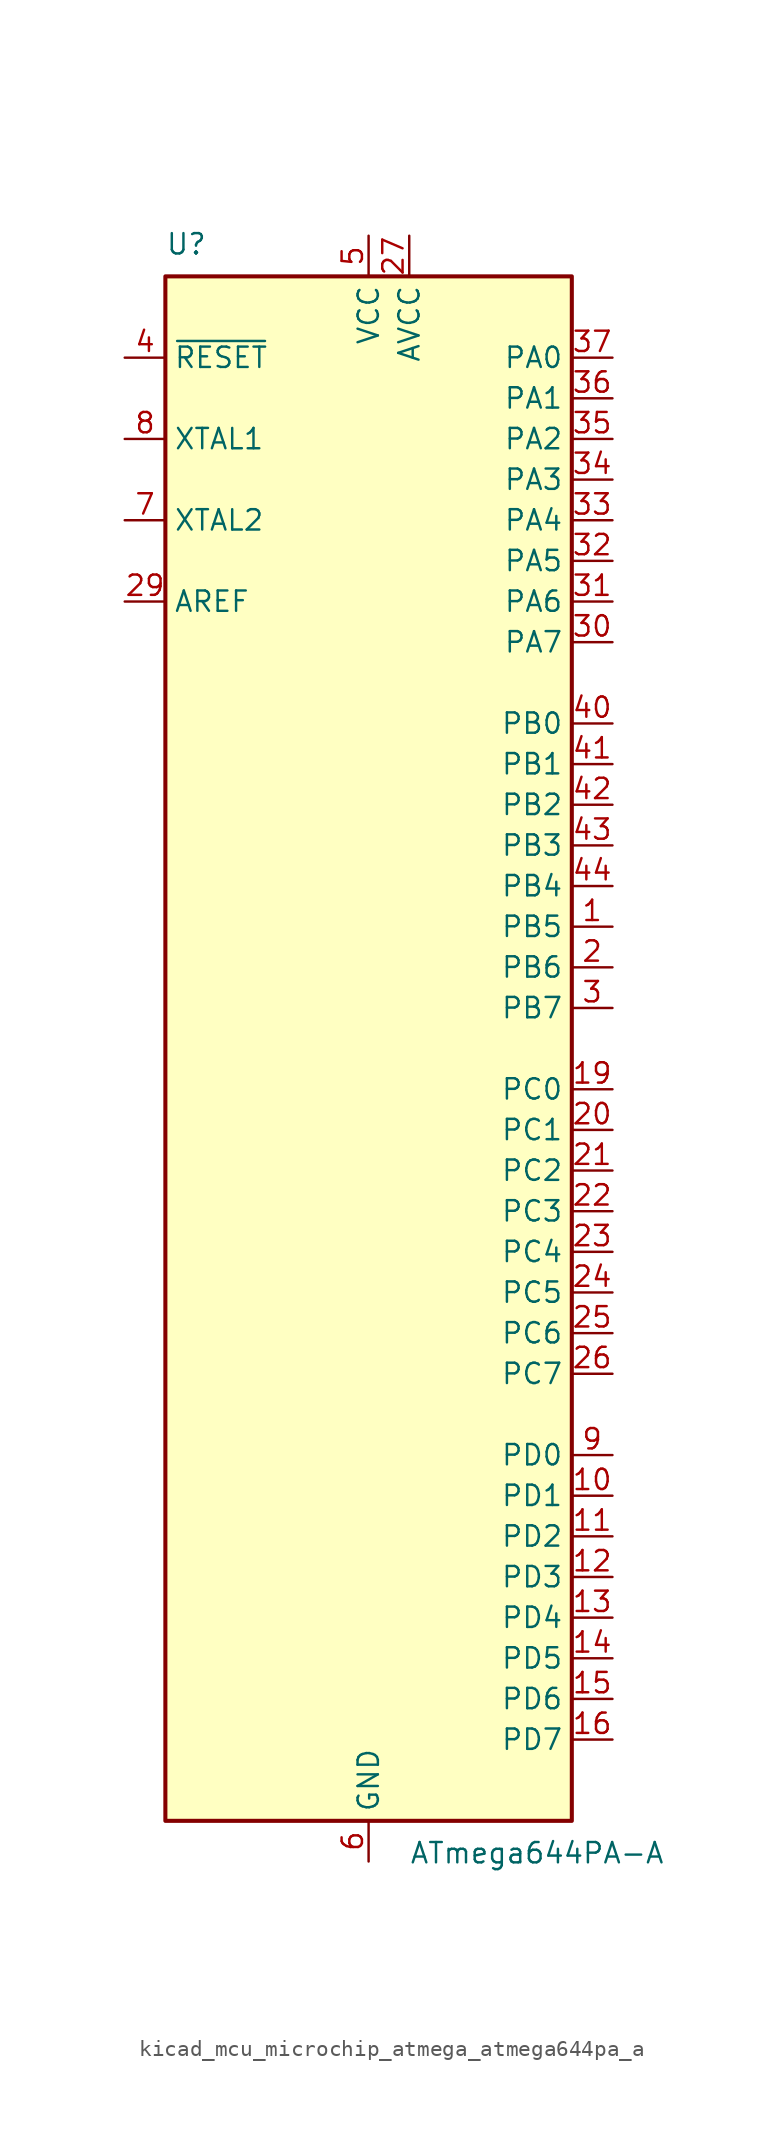
<source format=kicad_sym>
(kicad_symbol_lib
  (version 20220914)
  (generator kicad_symbol_editor)
  (symbol "kicad_mcu_microchip_atmega_atmega644pa_a"
    (property "Reference" "U"
      (at -12.7 49.53 0)
      (effects (font (size 1.27 1.27)) (justify left bottom)))
    (property "Value" "ATmega644PA-A"
      (at 2.54 -49.53 0)
      (effects (font (size 1.27 1.27)) (justify left top)))
    (symbol "kicad_mcu_microchip_atmega_atmega644pa_a_0_1"
      (rectangle (start -12.7 -48.26) (end 12.7 48.26) (stroke (width 0.254) (type default)) (fill (type background))))
    (symbol "kicad_mcu_microchip_atmega_atmega644pa_a_1_1"
      (pin bidirectional line (at 15.24 7.62 180) (length 2.54) (name "PB5" (effects (font (size 1.27 1.27)))) (number "1" (effects (font (size 1.27 1.27)))))
      (pin bidirectional line (at 15.24 -27.94 180) (length 2.54) (name "PD1" (effects (font (size 1.27 1.27)))) (number "10" (effects (font (size 1.27 1.27)))))
      (pin bidirectional line (at 15.24 -30.48 180) (length 2.54) (name "PD2" (effects (font (size 1.27 1.27)))) (number "11" (effects (font (size 1.27 1.27)))))
      (pin bidirectional line (at 15.24 -33.02 180) (length 2.54) (name "PD3" (effects (font (size 1.27 1.27)))) (number "12" (effects (font (size 1.27 1.27)))))
      (pin bidirectional line (at 15.24 -35.56 180) (length 2.54) (name "PD4" (effects (font (size 1.27 1.27)))) (number "13" (effects (font (size 1.27 1.27)))))
      (pin bidirectional line (at 15.24 -38.1 180) (length 2.54) (name "PD5" (effects (font (size 1.27 1.27)))) (number "14" (effects (font (size 1.27 1.27)))))
      (pin bidirectional line (at 15.24 -40.64 180) (length 2.54) (name "PD6" (effects (font (size 1.27 1.27)))) (number "15" (effects (font (size 1.27 1.27)))))
      (pin bidirectional line (at 15.24 -43.18 180) (length 2.54) (name "PD7" (effects (font (size 1.27 1.27)))) (number "16" (effects (font (size 1.27 1.27)))))
      (pin passive line (at 0 50.8 270) (length 2.54) hide (name "VCC" (effects (font (size 1.27 1.27)))) (number "17" (effects (font (size 1.27 1.27)))))
      (pin passive line (at 0 -50.8 90) (length 2.54) hide (name "GND" (effects (font (size 1.27 1.27)))) (number "18" (effects (font (size 1.27 1.27)))))
      (pin bidirectional line (at 15.24 -2.54 180) (length 2.54) (name "PC0" (effects (font (size 1.27 1.27)))) (number "19" (effects (font (size 1.27 1.27)))))
      (pin bidirectional line (at 15.24 5.08 180) (length 2.54) (name "PB6" (effects (font (size 1.27 1.27)))) (number "2" (effects (font (size 1.27 1.27)))))
      (pin bidirectional line (at 15.24 -5.08 180) (length 2.54) (name "PC1" (effects (font (size 1.27 1.27)))) (number "20" (effects (font (size 1.27 1.27)))))
      (pin bidirectional line (at 15.24 -7.62 180) (length 2.54) (name "PC2" (effects (font (size 1.27 1.27)))) (number "21" (effects (font (size 1.27 1.27)))))
      (pin bidirectional line (at 15.24 -10.16 180) (length 2.54) (name "PC3" (effects (font (size 1.27 1.27)))) (number "22" (effects (font (size 1.27 1.27)))))
      (pin bidirectional line (at 15.24 -12.7 180) (length 2.54) (name "PC4" (effects (font (size 1.27 1.27)))) (number "23" (effects (font (size 1.27 1.27)))))
      (pin bidirectional line (at 15.24 -15.24 180) (length 2.54) (name "PC5" (effects (font (size 1.27 1.27)))) (number "24" (effects (font (size 1.27 1.27)))))
      (pin bidirectional line (at 15.24 -17.78 180) (length 2.54) (name "PC6" (effects (font (size 1.27 1.27)))) (number "25" (effects (font (size 1.27 1.27)))))
      (pin bidirectional line (at 15.24 -20.32 180) (length 2.54) (name "PC7" (effects (font (size 1.27 1.27)))) (number "26" (effects (font (size 1.27 1.27)))))
      (pin power_in line (at 2.54 50.8 270) (length 2.54) (name "AVCC" (effects (font (size 1.27 1.27)))) (number "27" (effects (font (size 1.27 1.27)))))
      (pin passive line (at 0 -50.8 90) (length 2.54) hide (name "GND" (effects (font (size 1.27 1.27)))) (number "28" (effects (font (size 1.27 1.27)))))
      (pin passive line (at -15.24 27.94 0) (length 2.54) (name "AREF" (effects (font (size 1.27 1.27)))) (number "29" (effects (font (size 1.27 1.27)))))
      (pin bidirectional line (at 15.24 2.54 180) (length 2.54) (name "PB7" (effects (font (size 1.27 1.27)))) (number "3" (effects (font (size 1.27 1.27)))))
      (pin bidirectional line (at 15.24 25.4 180) (length 2.54) (name "PA7" (effects (font (size 1.27 1.27)))) (number "30" (effects (font (size 1.27 1.27)))))
      (pin bidirectional line (at 15.24 27.94 180) (length 2.54) (name "PA6" (effects (font (size 1.27 1.27)))) (number "31" (effects (font (size 1.27 1.27)))))
      (pin bidirectional line (at 15.24 30.48 180) (length 2.54) (name "PA5" (effects (font (size 1.27 1.27)))) (number "32" (effects (font (size 1.27 1.27)))))
      (pin bidirectional line (at 15.24 33.02 180) (length 2.54) (name "PA4" (effects (font (size 1.27 1.27)))) (number "33" (effects (font (size 1.27 1.27)))))
      (pin bidirectional line (at 15.24 35.56 180) (length 2.54) (name "PA3" (effects (font (size 1.27 1.27)))) (number "34" (effects (font (size 1.27 1.27)))))
      (pin bidirectional line (at 15.24 38.1 180) (length 2.54) (name "PA2" (effects (font (size 1.27 1.27)))) (number "35" (effects (font (size 1.27 1.27)))))
      (pin bidirectional line (at 15.24 40.64 180) (length 2.54) (name "PA1" (effects (font (size 1.27 1.27)))) (number "36" (effects (font (size 1.27 1.27)))))
      (pin bidirectional line (at 15.24 43.18 180) (length 2.54) (name "PA0" (effects (font (size 1.27 1.27)))) (number "37" (effects (font (size 1.27 1.27)))))
      (pin passive line (at 0 50.8 270) (length 2.54) hide (name "VCC" (effects (font (size 1.27 1.27)))) (number "38" (effects (font (size 1.27 1.27)))))
      (pin passive line (at 0 -50.8 90) (length 2.54) hide (name "GND" (effects (font (size 1.27 1.27)))) (number "39" (effects (font (size 1.27 1.27)))))
      (pin input line (at -15.24 43.18 0) (length 2.54) (name "~{RESET}" (effects (font (size 1.27 1.27)))) (number "4" (effects (font (size 1.27 1.27)))))
      (pin bidirectional line (at 15.24 20.32 180) (length 2.54) (name "PB0" (effects (font (size 1.27 1.27)))) (number "40" (effects (font (size 1.27 1.27)))))
      (pin bidirectional line (at 15.24 17.78 180) (length 2.54) (name "PB1" (effects (font (size 1.27 1.27)))) (number "41" (effects (font (size 1.27 1.27)))))
      (pin bidirectional line (at 15.24 15.24 180) (length 2.54) (name "PB2" (effects (font (size 1.27 1.27)))) (number "42" (effects (font (size 1.27 1.27)))))
      (pin bidirectional line (at 15.24 12.7 180) (length 2.54) (name "PB3" (effects (font (size 1.27 1.27)))) (number "43" (effects (font (size 1.27 1.27)))))
      (pin bidirectional line (at 15.24 10.16 180) (length 2.54) (name "PB4" (effects (font (size 1.27 1.27)))) (number "44" (effects (font (size 1.27 1.27)))))
      (pin power_in line (at 0 50.8 270) (length 2.54) (name "VCC" (effects (font (size 1.27 1.27)))) (number "5" (effects (font (size 1.27 1.27)))))
      (pin power_in line (at 0 -50.8 90) (length 2.54) (name "GND" (effects (font (size 1.27 1.27)))) (number "6" (effects (font (size 1.27 1.27)))))
      (pin output line (at -15.24 33.02 0) (length 2.54) (name "XTAL2" (effects (font (size 1.27 1.27)))) (number "7" (effects (font (size 1.27 1.27)))))
      (pin input line (at -15.24 38.1 0) (length 2.54) (name "XTAL1" (effects (font (size 1.27 1.27)))) (number "8" (effects (font (size 1.27 1.27)))))
      (pin bidirectional line (at 15.24 -25.4 180) (length 2.54) (name "PD0" (effects (font (size 1.27 1.27)))) (number "9" (effects (font (size 1.27 1.27))))))))
</source>
